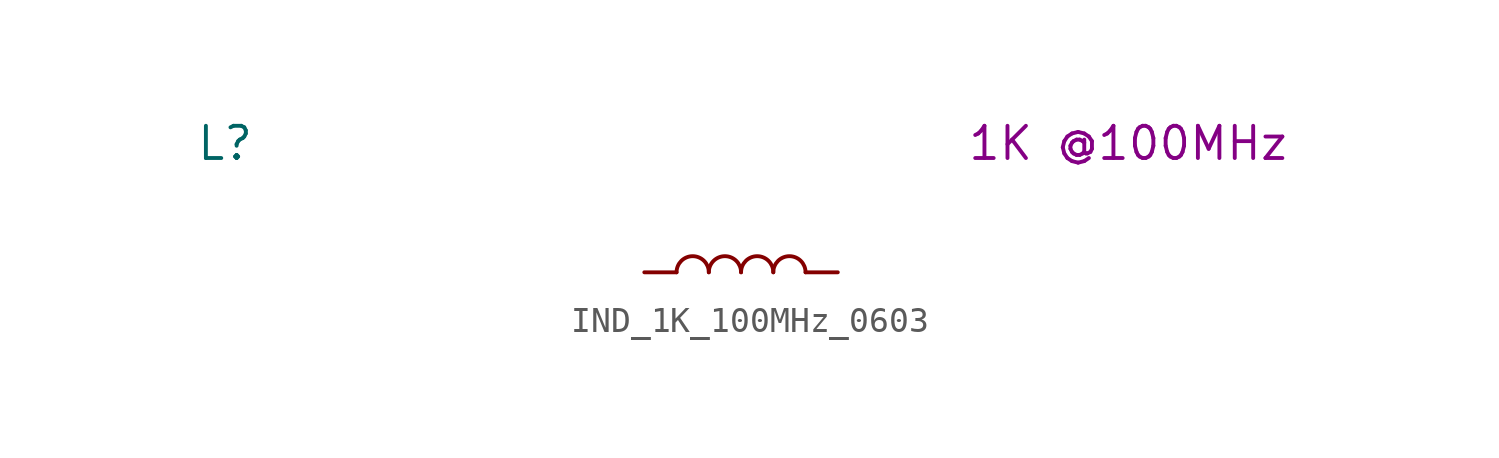
<source format=kicad_sym>
(kicad_symbol_lib
  (version 20231120)
  (generator "kicad_symbol_editor")
  (generator_version "8.0")
  (symbol "IND_1K_100MHz_0603"
    (pin_numbers hide)
    (property "Reference" "L"
      (at -20.32 5.08 0)
      (effects (font (size 1.27 1.27))))
    (property "Display Value" "1K @100MHz"
      (at 15.24 5.08 0)
      (effects (font (size 1.27 1.27))))
    (symbol "IND_1K_100MHz_0603_0_1"
      (arc (start -1.27 0) (mid -1.905 0.6323) (end -2.54 0) (stroke (width 0) (type default)) (fill (type none)))
      (arc (start 0 0) (mid -0.635 0.6323) (end -1.27 0) (stroke (width 0) (type default)) (fill (type none)))
      (arc (start 1.27 0) (mid 0.635 0.6323) (end 0 0) (stroke (width 0) (type default)) (fill (type none)))
      (arc (start 2.54 0) (mid 1.905 0.6323) (end 1.27 0) (stroke (width 0) (type default)) (fill (type none))))
    (symbol "IND_1K_100MHz_0603_1_1"
      (pin passive line (at -3.81 0 0) (length 1.27) (name "" (effects (font (size 1.27 1.27)))) (number "1" (effects (font (size 1.27 1.27)))))
      (pin passive line (at 3.81 0 180) (length 1.27) (name "" (effects (font (size 1.27 1.27)))) (number "2" (effects (font (size 1.27 1.27))))))))
</source>
